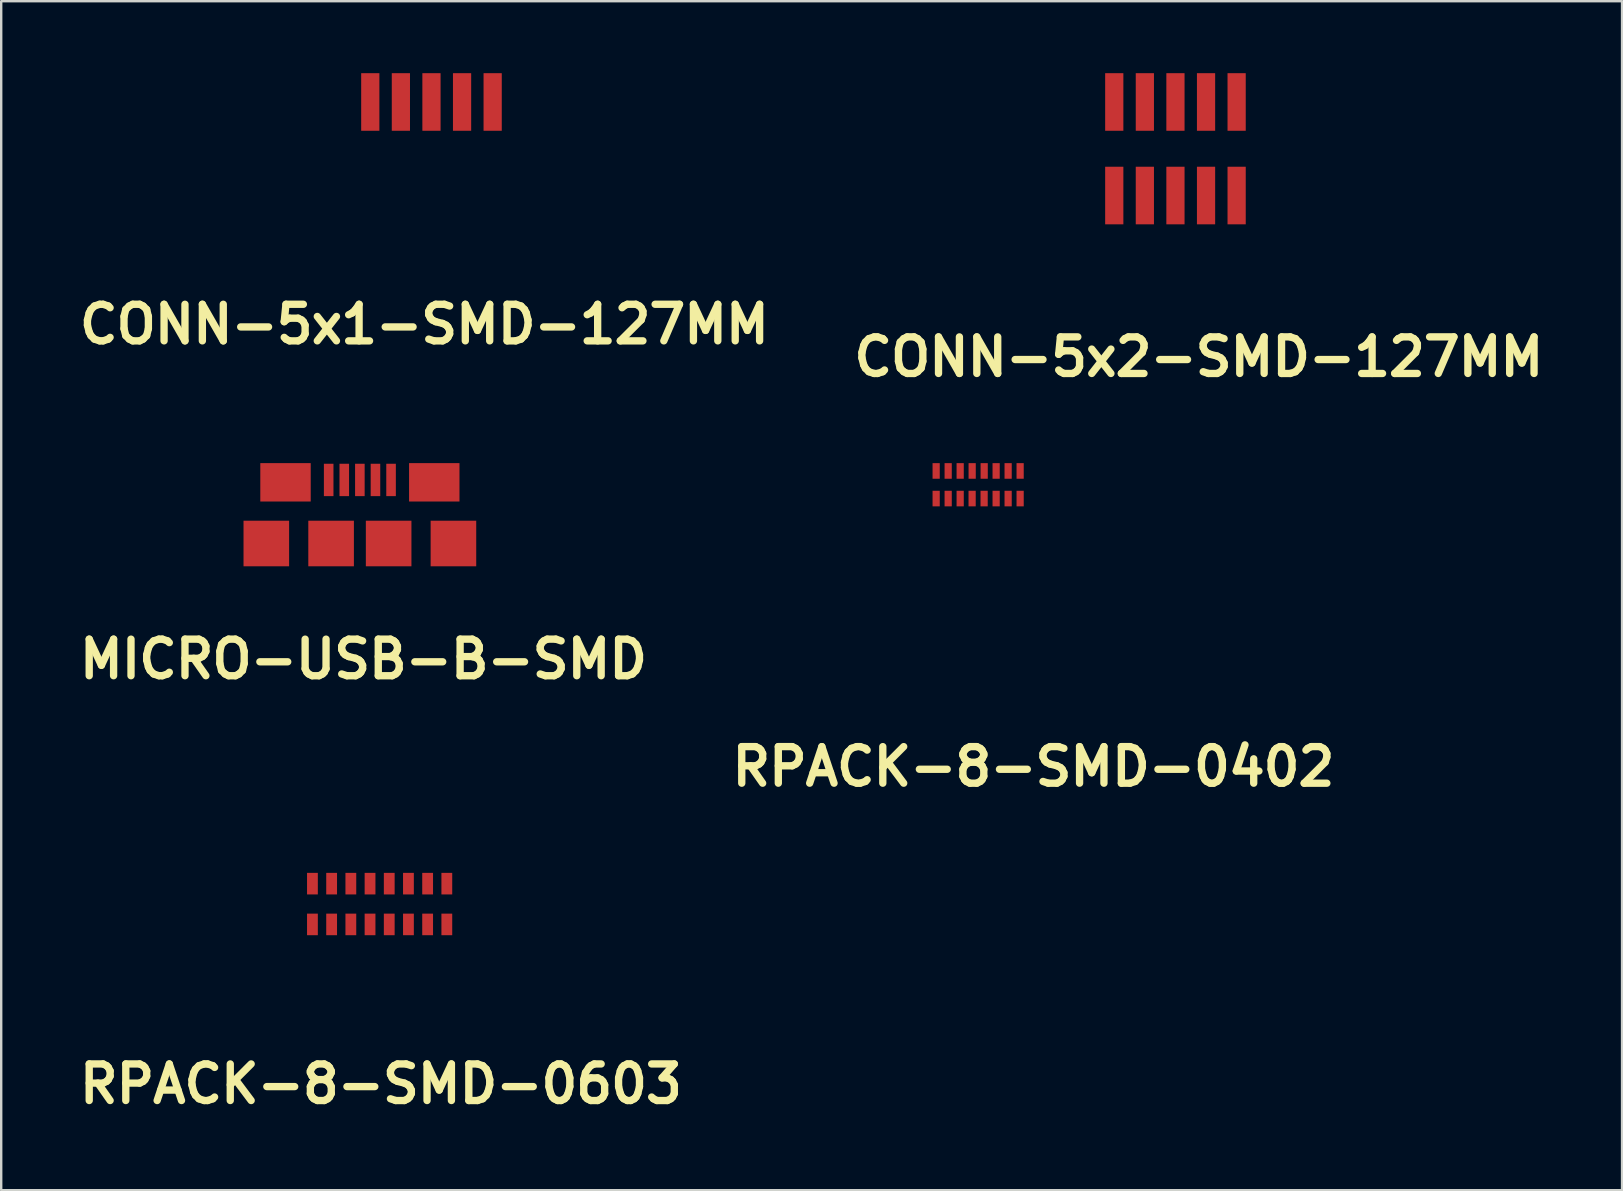
<source format=kicad_pcb>
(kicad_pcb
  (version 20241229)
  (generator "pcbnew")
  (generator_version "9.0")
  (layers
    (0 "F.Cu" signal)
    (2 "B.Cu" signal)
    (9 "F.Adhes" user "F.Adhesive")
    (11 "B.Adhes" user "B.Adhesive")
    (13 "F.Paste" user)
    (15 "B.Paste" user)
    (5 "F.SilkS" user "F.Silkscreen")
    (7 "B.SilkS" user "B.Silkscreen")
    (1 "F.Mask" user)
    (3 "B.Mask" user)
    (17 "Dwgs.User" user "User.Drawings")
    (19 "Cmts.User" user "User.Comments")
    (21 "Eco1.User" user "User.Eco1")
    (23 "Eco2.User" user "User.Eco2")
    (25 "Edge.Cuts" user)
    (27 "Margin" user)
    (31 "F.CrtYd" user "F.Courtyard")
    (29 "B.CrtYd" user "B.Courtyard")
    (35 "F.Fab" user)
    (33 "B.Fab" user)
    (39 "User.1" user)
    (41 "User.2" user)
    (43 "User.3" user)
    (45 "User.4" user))
  (footprint "CONN-5x1-SMD-127MM"
    (layer "F.Cu")
    (at 14.561 1.04)
    (property "Reference" "CONN-5x1-SMD-127MM" (at 0.076 9.426 0) (layer "F.SilkS") (effects (font (size 1.524 1.524) (thickness 0.305))))
    (attr through_hole)
    (pad "1" smd rect (at -2.179 0.16) (size 0.759 2.4) (layers "F.Cu" "F.Mask" "F.Paste"))
    (pad "2" smd rect (at -0.904 0.16) (size 0.759 2.4) (layers "F.Cu" "F.Mask" "F.Paste"))
    (pad "3" smd rect (at 0.371 0.16) (size 0.759 2.4) (layers "F.Cu" "F.Mask" "F.Paste"))
    (pad "4" smd rect (at 1.646 0.16) (size 0.759 2.4) (layers "F.Cu" "F.Mask" "F.Paste"))
    (pad "5" smd rect (at 2.921 0.16) (size 0.759 2.4) (layers "F.Cu" "F.Mask" "F.Paste")))
  (footprint "MICRO-USB-B-SMD"
    (layer "F.Cu")
    (at 11.948 17.902)
    (property "Reference" "MICRO-USB-B-SMD" (at 0.15 6.52 0) (layer "F.SilkS") (effects (font (size 1.524 1.524) (thickness 0.305))))
    (attr through_hole)
    (pad "" smd rect (at -1.199 1.699) (size 1.9 1.9) (layers "F.Cu" "F.Mask" "F.Paste"))
    (pad "" smd rect (at 1.199 1.699) (size 1.9 1.9) (layers "F.Cu" "F.Mask" "F.Paste"))
    (pad "1" smd rect (at -1.3 -0.95) (size 0.399 1.349) (layers "F.Cu" "F.Mask" "F.Paste"))
    (pad "2" smd rect (at -0.65 -0.95) (size 0.399 1.349) (layers "F.Cu" "F.Mask" "F.Paste"))
    (pad "3" smd rect (at 0 -0.95) (size 0.399 1.349) (layers "F.Cu" "F.Mask" "F.Paste"))
    (pad "4" smd rect (at 0.65 -0.95) (size 0.399 1.349) (layers "F.Cu" "F.Mask" "F.Paste"))
    (pad "5" smd rect (at 1.3 -0.95) (size 0.399 1.349) (layers "F.Cu" "F.Mask" "F.Paste"))
    (pad "6" smd rect (at -3.099 -0.851) (size 2.101 1.6) (layers "F.Cu" "F.Mask" "F.Paste"))
    (pad "7" smd rect (at 3.101 -0.851) (size 2.101 1.6) (layers "F.Cu" "F.Mask" "F.Paste"))
    (pad "8" smd rect (at -3.899 1.699) (size 1.9 1.9) (layers "F.Cu" "F.Mask" "F.Paste"))
    (pad "9" smd rect (at 3.899 1.699) (size 1.9 1.9) (layers "F.Cu" "F.Mask" "F.Paste")))
  (footprint "RPACK-8-SMD-0402"
    (layer "F.Cu")
    (at 39.468 16.902)
    (property "Reference" "RPACK-8-SMD-0402" (at 0.551 11.999 0) (layer "F.SilkS") (effects (font (size 1.524 1.524) (thickness 0.305))))
    (attr through_hole)
    (pad "1" smd rect (at -3.503 -0.325) (size 0.3 0.65) (layers "F.Cu" "F.Mask" "F.Paste"))
    (pad "2" smd rect (at -3.002 -0.325) (size 0.3 0.65) (layers "F.Cu" "F.Mask" "F.Paste"))
    (pad "3" smd rect (at -2.502 -0.325) (size 0.3 0.65) (layers "F.Cu" "F.Mask" "F.Paste"))
    (pad "4" smd rect (at -2.002 -0.325) (size 0.3 0.65) (layers "F.Cu" "F.Mask" "F.Paste"))
    (pad "5" smd rect (at -1.501 -0.325) (size 0.3 0.65) (layers "F.Cu" "F.Mask" "F.Paste"))
    (pad "6" smd rect (at -1.003 -0.325) (size 0.3 0.65) (layers "F.Cu" "F.Mask" "F.Paste"))
    (pad "7" smd rect (at -0.503 -0.325) (size 0.3 0.65) (layers "F.Cu" "F.Mask" "F.Paste"))
    (pad "8" smd rect (at -0.003 -0.325) (size 0.3 0.65) (layers "F.Cu" "F.Mask" "F.Paste"))
    (pad "9" smd rect (at -0.003 0.826) (size 0.3 0.65) (layers "F.Cu" "F.Mask" "F.Paste"))
    (pad "10" smd rect (at -0.503 0.826) (size 0.3 0.65) (layers "F.Cu" "F.Mask" "F.Paste"))
    (pad "11" smd rect (at -1.003 0.826) (size 0.3 0.65) (layers "F.Cu" "F.Mask" "F.Paste"))
    (pad "12" smd rect (at -1.504 0.826) (size 0.3 0.65) (layers "F.Cu" "F.Mask" "F.Paste"))
    (pad "13" smd rect (at -2.004 0.826) (size 0.3 0.65) (layers "F.Cu" "F.Mask" "F.Paste"))
    (pad "14" smd rect (at -2.502 0.826) (size 0.3 0.65) (layers "F.Cu" "F.Mask" "F.Paste"))
    (pad "15" smd rect (at -3.002 0.826) (size 0.3 0.65) (layers "F.Cu" "F.Mask" "F.Paste"))
    (pad "16" smd rect (at -3.503 0.826) (size 0.3 0.65) (layers "F.Cu" "F.Mask" "F.Paste")))
  (footprint "RPACK-8-SMD-0603"
    (layer "F.Cu")
    (at 12.773 34.625)
    (property "Reference" "RPACK-8-SMD-0603" (at 0.051 7.501 0) (layer "F.SilkS") (effects (font (size 1.524 1.524) (thickness 0.305))))
    (attr through_hole)
    (pad "1" smd rect (at -2.802 -0.848) (size 0.45 0.899) (layers "F.Cu" "F.Mask" "F.Paste"))
    (pad "2" smd rect (at -2.002 -0.848) (size 0.45 0.899) (layers "F.Cu" "F.Mask" "F.Paste"))
    (pad "3" smd rect (at -1.201 -0.848) (size 0.45 0.899) (layers "F.Cu" "F.Mask" "F.Paste"))
    (pad "4" smd rect (at -0.401 -0.848) (size 0.45 0.899) (layers "F.Cu" "F.Mask" "F.Paste"))
    (pad "5" smd rect (at 0.399 -0.848) (size 0.45 0.899) (layers "F.Cu" "F.Mask" "F.Paste"))
    (pad "6" smd rect (at 1.199 -0.848) (size 0.45 0.899) (layers "F.Cu" "F.Mask" "F.Paste"))
    (pad "7" smd rect (at 1.999 -0.848) (size 0.45 0.899) (layers "F.Cu" "F.Mask" "F.Paste"))
    (pad "8" smd rect (at 2.799 -0.848) (size 0.45 0.899) (layers "F.Cu" "F.Mask" "F.Paste"))
    (pad "9" smd rect (at 2.799 0.851) (size 0.45 0.899) (layers "F.Cu" "F.Mask" "F.Paste"))
    (pad "10" smd rect (at 1.999 0.851) (size 0.45 0.899) (layers "F.Cu" "F.Mask" "F.Paste"))
    (pad "11" smd rect (at 1.199 0.851) (size 0.45 0.899) (layers "F.Cu" "F.Mask" "F.Paste"))
    (pad "12" smd rect (at 0.399 0.851) (size 0.45 0.899) (layers "F.Cu" "F.Mask" "F.Paste"))
    (pad "13" smd rect (at -0.401 0.851) (size 0.45 0.899) (layers "F.Cu" "F.Mask" "F.Paste"))
    (pad "14" smd rect (at -1.201 0.851) (size 0.45 0.899) (layers "F.Cu" "F.Mask" "F.Paste"))
    (pad "15" smd rect (at -2.002 0.851) (size 0.45 0.899) (layers "F.Cu" "F.Mask" "F.Paste"))
    (pad "16" smd rect (at -2.802 0.851) (size 0.45 0.899) (layers "F.Cu" "F.Mask" "F.Paste")))
  (footprint "CONN-5x2-SMD-127MM"
    (layer "F.Cu")
    (at 46.837 2.399)
    (property "Reference" "CONN-5x2-SMD-127MM" (at 0.076 9.426 0) (layer "F.SilkS") (effects (font (size 1.524 1.524) (thickness 0.305))))
    (attr through_hole)
    (pad "1" smd rect (at -3.449 2.7) (size 0.759 2.4) (layers "F.Cu" "F.Mask" "F.Paste"))
    (pad "2" smd rect (at -3.449 -1.199) (size 0.759 2.4) (layers "F.Cu" "F.Mask" "F.Paste"))
    (pad "3" smd rect (at -2.174 2.7) (size 0.759 2.4) (layers "F.Cu" "F.Mask" "F.Paste"))
    (pad "4" smd rect (at -2.174 -1.199) (size 0.759 2.4) (layers "F.Cu" "F.Mask" "F.Paste"))
    (pad "5" smd rect (at -0.899 2.7) (size 0.759 2.4) (layers "F.Cu" "F.Mask" "F.Paste"))
    (pad "6" smd rect (at -0.899 -1.199) (size 0.759 2.4) (layers "F.Cu" "F.Mask" "F.Paste"))
    (pad "7" smd rect (at 0.376 2.7) (size 0.759 2.4) (layers "F.Cu" "F.Mask" "F.Paste"))
    (pad "8" smd rect (at 0.376 -1.199) (size 0.759 2.4) (layers "F.Cu" "F.Mask" "F.Paste"))
    (pad "9" smd rect (at 1.651 2.7) (size 0.759 2.4) (layers "F.Cu" "F.Mask" "F.Paste"))
    (pad "10" smd rect (at 1.651 -1.199) (size 0.759 2.4) (layers "F.Cu" "F.Mask" "F.Paste")))
  (gr_rect
    (start -3 -3)
    (end 64.551 46.552)
    (stroke (width 0.1) (type default))
    (fill no)
    (layer "Edge.Cuts")))
</source>
